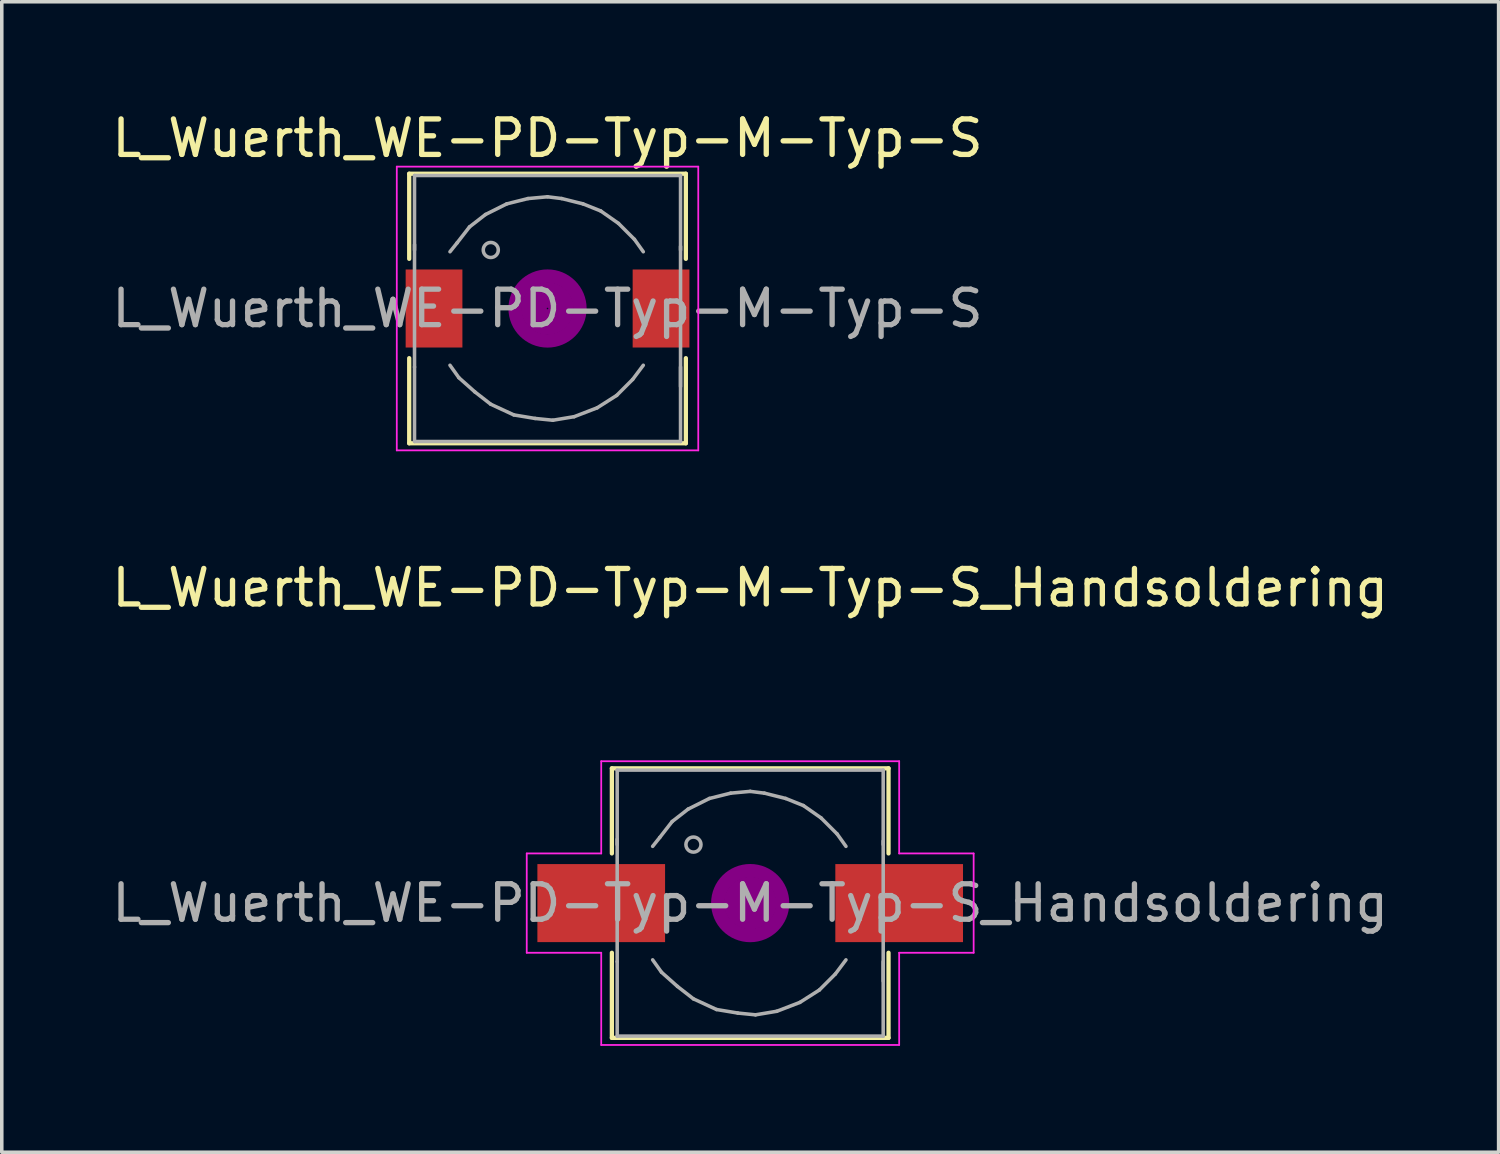
<source format=kicad_pcb>
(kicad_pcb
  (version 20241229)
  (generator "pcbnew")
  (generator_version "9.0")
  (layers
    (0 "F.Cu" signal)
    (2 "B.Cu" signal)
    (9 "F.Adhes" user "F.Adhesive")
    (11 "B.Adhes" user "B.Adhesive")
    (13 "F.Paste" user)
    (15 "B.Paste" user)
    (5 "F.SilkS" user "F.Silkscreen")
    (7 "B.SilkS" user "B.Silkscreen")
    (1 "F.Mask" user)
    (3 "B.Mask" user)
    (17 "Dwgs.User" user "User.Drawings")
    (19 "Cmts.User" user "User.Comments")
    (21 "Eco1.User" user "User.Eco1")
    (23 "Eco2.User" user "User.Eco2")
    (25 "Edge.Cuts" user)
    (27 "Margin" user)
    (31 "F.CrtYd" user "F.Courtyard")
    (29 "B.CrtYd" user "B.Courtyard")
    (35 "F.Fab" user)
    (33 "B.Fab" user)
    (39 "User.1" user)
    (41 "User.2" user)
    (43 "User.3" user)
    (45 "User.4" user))
  (footprint "L_Wuerth_WE-PD-Typ-M-Typ-S"
    (layer "F.Cu")
    (at 12.387 5.648)
    (property "Reference" "L_Wuerth_WE-PD-Typ-M-Typ-S" (at 0 -4.8 0) (layer "F.SilkS") (effects (font (size 1 1) (thickness 0.15))))
    (attr smd)
    (fp_line (start -3.9 -1.4) (end -3.9 -3.8) (stroke (width 0.12) (type solid)) (layer "F.SilkS"))
    (fp_line (start -3.9 1.4) (end -3.9 3.8) (stroke (width 0.12) (type solid)) (layer "F.SilkS"))
    (fp_line (start -3.9 3.8) (end 3.9 3.8) (stroke (width 0.12) (type solid)) (layer "F.SilkS"))
    (fp_line (start 3.9 -3.8) (end -3.9 -3.8) (stroke (width 0.12) (type solid)) (layer "F.SilkS"))
    (fp_line (start 3.9 -1.4) (end 3.9 -3.8) (stroke (width 0.12) (type solid)) (layer "F.SilkS"))
    (fp_line (start 3.9 3.8) (end 3.9 1.4) (stroke (width 0.12) (type solid)) (layer "F.SilkS"))
    (fp_circle (center 0 0) (end 0.15 0.15) (stroke (width 0.38) (type solid)) (fill no) (layer "F.Adhes"))
    (fp_circle (center 0 0) (end 0.55 0.05) (stroke (width 0.38) (type solid)) (fill no) (layer "F.Adhes"))
    (fp_circle (center 0 0) (end 0.9 0.15) (stroke (width 0.38) (type solid)) (fill no) (layer "F.Adhes"))
    (fp_line (start -4.25 -4) (end 4.25 -4) (stroke (width 0.05) (type solid)) (layer "F.CrtYd"))
    (fp_line (start -4.25 4) (end -4.25 -4) (stroke (width 0.05) (type solid)) (layer "F.CrtYd"))
    (fp_line (start 4.25 -4) (end 4.25 4) (stroke (width 0.05) (type solid)) (layer "F.CrtYd"))
    (fp_line (start 4.25 4) (end -4.25 4) (stroke (width 0.05) (type solid)) (layer "F.CrtYd"))
    (fp_line (start -3.75 -3.75) (end -3.75 -1.65) (stroke (width 0.1) (type solid)) (layer "F.Fab"))
    (fp_line (start -3.75 1.65) (end -3.75 -1.8) (stroke (width 0.1) (type solid)) (layer "F.Fab"))
    (fp_line (start -3.75 1.65) (end -3.75 3.75) (stroke (width 0.1) (type solid)) (layer "F.Fab"))
    (fp_line (start -3.75 3.75) (end 3.75 3.75) (stroke (width 0.1) (type solid)) (layer "F.Fab"))
    (fp_line (start -2.75 1.6) (end -2.5 1.95) (stroke (width 0.1) (type solid)) (layer "F.Fab"))
    (fp_line (start -2.55 -1.85) (end -2.75 -1.6) (stroke (width 0.1) (type solid)) (layer "F.Fab"))
    (fp_line (start -2.5 1.95) (end -2.05 2.35) (stroke (width 0.1) (type solid)) (layer "F.Fab"))
    (fp_line (start -2.2 -2.3) (end -2.55 -1.85) (stroke (width 0.1) (type solid)) (layer "F.Fab"))
    (fp_line (start -2.05 2.35) (end -1.6 2.7) (stroke (width 0.1) (type solid)) (layer "F.Fab"))
    (fp_line (start -1.75 -2.65) (end -2.2 -2.3) (stroke (width 0.1) (type solid)) (layer "F.Fab"))
    (fp_line (start -1.6 2.7) (end -0.95 3) (stroke (width 0.1) (type solid)) (layer "F.Fab"))
    (fp_line (start -1.15 -2.95) (end -1.75 -2.65) (stroke (width 0.1) (type solid)) (layer "F.Fab"))
    (fp_line (start -0.95 3) (end -0.35 3.1) (stroke (width 0.1) (type solid)) (layer "F.Fab"))
    (fp_line (start -0.55 -3.1) (end -1.15 -2.95) (stroke (width 0.1) (type solid)) (layer "F.Fab"))
    (fp_line (start -0.35 3.1) (end 0.15 3.15) (stroke (width 0.1) (type solid)) (layer "F.Fab"))
    (fp_line (start 0 -3.15) (end -0.55 -3.1) (stroke (width 0.1) (type solid)) (layer "F.Fab"))
    (fp_line (start 0.15 3.15) (end 0.75 3.05) (stroke (width 0.1) (type solid)) (layer "F.Fab"))
    (fp_line (start 0.4 -3.1) (end 0 -3.15) (stroke (width 0.1) (type solid)) (layer "F.Fab"))
    (fp_line (start 0.75 3.05) (end 1.4 2.8) (stroke (width 0.1) (type solid)) (layer "F.Fab"))
    (fp_line (start 1 -2.95) (end 0.4 -3.1) (stroke (width 0.1) (type solid)) (layer "F.Fab"))
    (fp_line (start 1.4 2.8) (end 1.95 2.45) (stroke (width 0.1) (type solid)) (layer "F.Fab"))
    (fp_line (start 1.5 -2.75) (end 1 -2.95) (stroke (width 0.1) (type solid)) (layer "F.Fab"))
    (fp_line (start 1.95 2.45) (end 2.4 2) (stroke (width 0.1) (type solid)) (layer "F.Fab"))
    (fp_line (start 2 -2.4) (end 1.5 -2.75) (stroke (width 0.1) (type solid)) (layer "F.Fab"))
    (fp_line (start 2.4 2) (end 2.7 1.6) (stroke (width 0.1) (type solid)) (layer "F.Fab"))
    (fp_line (start 2.45 -1.95) (end 2 -2.4) (stroke (width 0.1) (type solid)) (layer "F.Fab"))
    (fp_line (start 2.7 -1.6) (end 2.45 -1.95) (stroke (width 0.1) (type solid)) (layer "F.Fab"))
    (fp_line (start 3.75 -3.75) (end -3.75 -3.75) (stroke (width 0.1) (type solid)) (layer "F.Fab"))
    (fp_line (start 3.75 -3.75) (end 3.75 -1.65) (stroke (width 0.1) (type solid)) (layer "F.Fab"))
    (fp_line (start 3.75 -1.75) (end 3.75 2.2) (stroke (width 0.1) (type solid)) (layer "F.Fab"))
    (fp_line (start 3.75 3.75) (end 3.75 1.65) (stroke (width 0.1) (type solid)) (layer "F.Fab"))
    (fp_circle (center -1.6 -1.65) (end -1.45 -1.5) (stroke (width 0.1) (type solid)) (fill no) (layer "F.Fab"))
    (fp_text user "${REFERENCE}" (at 0 0 0) (layer "F.Fab") (effects (font (size 1 1) (thickness 0.15))))
    (pad "1" smd rect (at -3.2 0) (size 1.6 2.2) (layers "F.Cu" "F.Mask" "F.Paste"))
    (pad "2" smd rect (at 3.2 0) (size 1.6 2.2) (layers "F.Cu" "F.Mask" "F.Paste")))
  (footprint "L_Wuerth_WE-PD-Typ-M-Typ-S_Handsoldering"
    (layer "F.Cu")
    (at 18.101 22.412)
    (property "Reference" "L_Wuerth_WE-PD-Typ-M-Typ-S_Handsoldering" (at 0 -8.89 0) (layer "F.SilkS") (effects (font (size 1 1) (thickness 0.15))))
    (attr smd)
    (fp_line (start -3.9 -1.4) (end -3.9 -3.8) (stroke (width 0.12) (type solid)) (layer "F.SilkS"))
    (fp_line (start -3.9 1.4) (end -3.9 3.8) (stroke (width 0.12) (type solid)) (layer "F.SilkS"))
    (fp_line (start -3.9 3.8) (end 3.9 3.8) (stroke (width 0.12) (type solid)) (layer "F.SilkS"))
    (fp_line (start 3.9 -3.8) (end -3.9 -3.8) (stroke (width 0.12) (type solid)) (layer "F.SilkS"))
    (fp_line (start 3.9 -1.4) (end 3.9 -3.8) (stroke (width 0.12) (type solid)) (layer "F.SilkS"))
    (fp_line (start 3.9 3.8) (end 3.9 1.4) (stroke (width 0.12) (type solid)) (layer "F.SilkS"))
    (fp_circle (center 0 0) (end 0.15 0.15) (stroke (width 0.38) (type solid)) (fill no) (layer "F.Adhes"))
    (fp_circle (center 0 0) (end 0.55 0.05) (stroke (width 0.38) (type solid)) (fill no) (layer "F.Adhes"))
    (fp_circle (center 0 0) (end 0.9 0.15) (stroke (width 0.38) (type solid)) (fill no) (layer "F.Adhes"))
    (fp_line (start -6.3 -1.4) (end -6.3 1.4) (stroke (width 0.05) (type solid)) (layer "F.CrtYd"))
    (fp_line (start -6.3 1.4) (end -4.2 1.4) (stroke (width 0.05) (type solid)) (layer "F.CrtYd"))
    (fp_line (start -4.2 -4) (end -4.2 -1.4) (stroke (width 0.05) (type solid)) (layer "F.CrtYd"))
    (fp_line (start -4.2 -1.4) (end -6.3 -1.4) (stroke (width 0.05) (type solid)) (layer "F.CrtYd"))
    (fp_line (start -4.2 1.4) (end -4.2 4) (stroke (width 0.05) (type solid)) (layer "F.CrtYd"))
    (fp_line (start -4.2 4) (end 4.2 4) (stroke (width 0.05) (type solid)) (layer "F.CrtYd"))
    (fp_line (start 4.2 -4) (end -4.2 -4) (stroke (width 0.05) (type solid)) (layer "F.CrtYd"))
    (fp_line (start 4.2 -1.4) (end 4.2 -4) (stroke (width 0.05) (type solid)) (layer "F.CrtYd"))
    (fp_line (start 4.2 1.4) (end 6.3 1.4) (stroke (width 0.05) (type solid)) (layer "F.CrtYd"))
    (fp_line (start 4.2 4) (end 4.2 1.4) (stroke (width 0.05) (type solid)) (layer "F.CrtYd"))
    (fp_line (start 6.3 -1.4) (end 4.2 -1.4) (stroke (width 0.05) (type solid)) (layer "F.CrtYd"))
    (fp_line (start 6.3 1.4) (end 6.3 -1.4) (stroke (width 0.05) (type solid)) (layer "F.CrtYd"))
    (fp_line (start -3.75 -3.75) (end -3.75 -1.65) (stroke (width 0.1) (type solid)) (layer "F.Fab"))
    (fp_line (start -3.75 1.65) (end -3.75 -1.8) (stroke (width 0.1) (type solid)) (layer "F.Fab"))
    (fp_line (start -3.75 1.65) (end -3.75 3.75) (stroke (width 0.1) (type solid)) (layer "F.Fab"))
    (fp_line (start -3.75 3.75) (end 3.75 3.75) (stroke (width 0.1) (type solid)) (layer "F.Fab"))
    (fp_line (start -2.75 1.6) (end -2.5 1.95) (stroke (width 0.1) (type solid)) (layer "F.Fab"))
    (fp_line (start -2.55 -1.85) (end -2.75 -1.6) (stroke (width 0.1) (type solid)) (layer "F.Fab"))
    (fp_line (start -2.5 1.95) (end -2.05 2.35) (stroke (width 0.1) (type solid)) (layer "F.Fab"))
    (fp_line (start -2.2 -2.3) (end -2.55 -1.85) (stroke (width 0.1) (type solid)) (layer "F.Fab"))
    (fp_line (start -2.05 2.35) (end -1.6 2.7) (stroke (width 0.1) (type solid)) (layer "F.Fab"))
    (fp_line (start -1.75 -2.65) (end -2.2 -2.3) (stroke (width 0.1) (type solid)) (layer "F.Fab"))
    (fp_line (start -1.6 2.7) (end -0.95 3) (stroke (width 0.1) (type solid)) (layer "F.Fab"))
    (fp_line (start -1.15 -2.95) (end -1.75 -2.65) (stroke (width 0.1) (type solid)) (layer "F.Fab"))
    (fp_line (start -0.95 3) (end -0.35 3.1) (stroke (width 0.1) (type solid)) (layer "F.Fab"))
    (fp_line (start -0.55 -3.1) (end -1.15 -2.95) (stroke (width 0.1) (type solid)) (layer "F.Fab"))
    (fp_line (start -0.35 3.1) (end 0.15 3.15) (stroke (width 0.1) (type solid)) (layer "F.Fab"))
    (fp_line (start 0 -3.15) (end -0.55 -3.1) (stroke (width 0.1) (type solid)) (layer "F.Fab"))
    (fp_line (start 0.15 3.15) (end 0.75 3.05) (stroke (width 0.1) (type solid)) (layer "F.Fab"))
    (fp_line (start 0.4 -3.1) (end 0 -3.15) (stroke (width 0.1) (type solid)) (layer "F.Fab"))
    (fp_line (start 0.75 3.05) (end 1.4 2.8) (stroke (width 0.1) (type solid)) (layer "F.Fab"))
    (fp_line (start 1 -2.95) (end 0.4 -3.1) (stroke (width 0.1) (type solid)) (layer "F.Fab"))
    (fp_line (start 1.4 2.8) (end 1.95 2.45) (stroke (width 0.1) (type solid)) (layer "F.Fab"))
    (fp_line (start 1.5 -2.75) (end 1 -2.95) (stroke (width 0.1) (type solid)) (layer "F.Fab"))
    (fp_line (start 1.95 2.45) (end 2.4 2) (stroke (width 0.1) (type solid)) (layer "F.Fab"))
    (fp_line (start 2 -2.4) (end 1.5 -2.75) (stroke (width 0.1) (type solid)) (layer "F.Fab"))
    (fp_line (start 2.4 2) (end 2.7 1.6) (stroke (width 0.1) (type solid)) (layer "F.Fab"))
    (fp_line (start 2.45 -1.95) (end 2 -2.4) (stroke (width 0.1) (type solid)) (layer "F.Fab"))
    (fp_line (start 2.7 -1.6) (end 2.45 -1.95) (stroke (width 0.1) (type solid)) (layer "F.Fab"))
    (fp_line (start 3.75 -3.75) (end -3.75 -3.75) (stroke (width 0.1) (type solid)) (layer "F.Fab"))
    (fp_line (start 3.75 -3.75) (end 3.75 -1.65) (stroke (width 0.1) (type solid)) (layer "F.Fab"))
    (fp_line (start 3.75 -1.75) (end 3.75 2.2) (stroke (width 0.1) (type solid)) (layer "F.Fab"))
    (fp_line (start 3.75 3.75) (end 3.75 1.65) (stroke (width 0.1) (type solid)) (layer "F.Fab"))
    (fp_circle (center -1.6 -1.65) (end -1.45 -1.5) (stroke (width 0.1) (type solid)) (fill no) (layer "F.Fab"))
    (fp_text user "${REFERENCE}" (at 0 0 0) (layer "F.Fab") (effects (font (size 1 1) (thickness 0.15))))
    (pad "1" smd rect (at -4.2 0) (size 3.6 2.2) (layers "F.Cu" "F.Mask" "F.Paste"))
    (pad "2" smd rect (at 4.2 0) (size 3.6 2.2) (layers "F.Cu" "F.Mask" "F.Paste")))
  (gr_rect
    (start -3 -3)
    (end 39.202 29.436)
    (stroke (width 0.1) (type default))
    (fill no)
    (layer "Edge.Cuts")))
</source>
